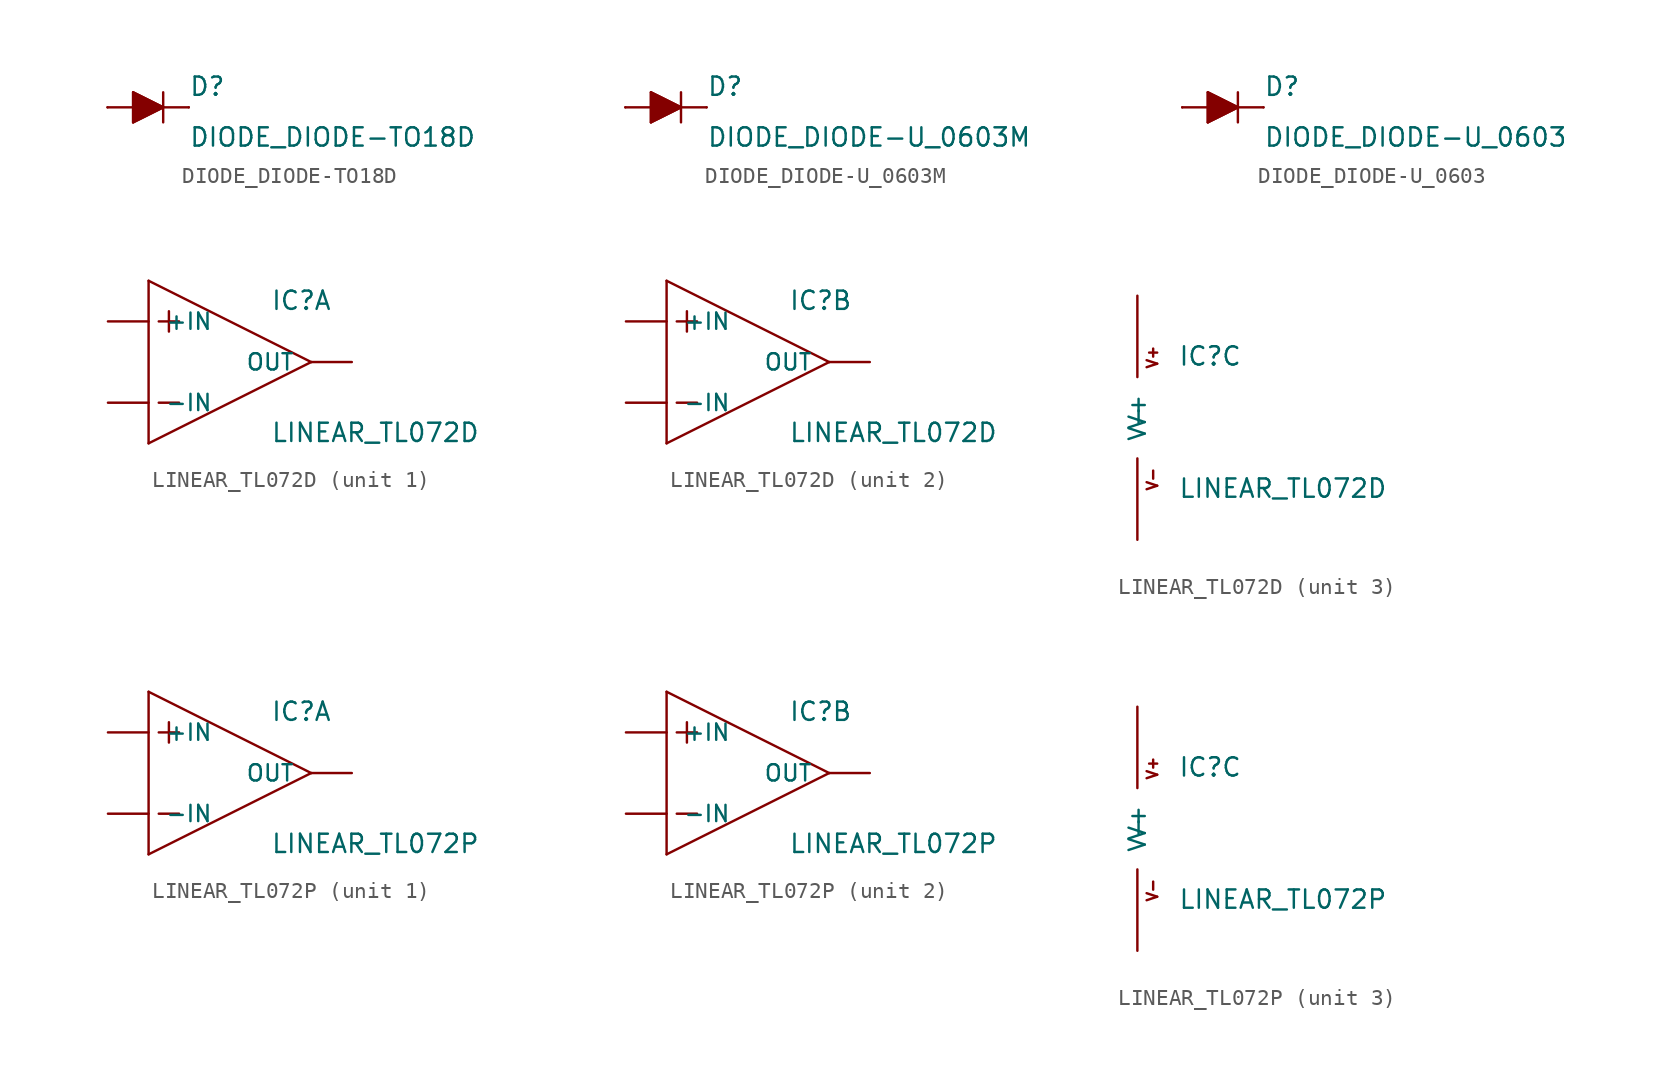
<source format=kicad_sym>
(kicad_symbol_lib
  (version 20210619)
  (generator kicad_symbol_editor)
  (symbol "DIODE_DIODE-TO18D"
    (pin_numbers hide)
    (pin_names
      (offset 1.016) hide)
    (property "Reference" "D"
      (at 2.54 0.635 0)
      (effects (font (size 1.143 1.143)) (justify left bottom)))
    (property "Value" "DIODE_DIODE-TO18D"
      (at 2.54 -2.54 0)
      (effects (font (size 1.143 1.143)) (justify left bottom)))
    (property "ki_locked" ""
      (at 0 0 0)
      (effects (font (size 1.27 1.27))))
    (symbol "DIODE_DIODE-TO18D_1_0"
      (polyline (pts (xy -0.94 -0.94) (xy 0.94 0)) (stroke (width 0)) (fill (type none)))
      (polyline (pts (xy -0.94 0) (xy -2.54 0)) (stroke (width 0)) (fill (type none)))
      (polyline (pts (xy -0.94 0) (xy -0.94 -0.94)) (stroke (width 0)) (fill (type none)))
      (polyline (pts (xy -0.94 0.94) (xy -0.94 0)) (stroke (width 0)) (fill (type none)))
      (polyline (pts (xy 0.94 0) (xy -0.94 0.94)) (stroke (width 0)) (fill (type none)))
      (polyline (pts (xy 0.94 0) (xy 0.94 -0.94)) (stroke (width 0)) (fill (type none)))
      (polyline (pts (xy 0.94 0) (xy 2.54 0)) (stroke (width 0)) (fill (type none)))
      (polyline (pts (xy 0.94 0.94) (xy 0.94 0)) (stroke (width 0)) (fill (type none))))
    (symbol "DIODE_DIODE-TO18D_1_1"
      (polyline (pts (xy -0.94 0.94) (xy 0.94 0) (xy 0.94 0) (xy -0.94 -0.94) (xy -0.94 -0.94) (xy -0.94 0.94)) (stroke (width 0)) (fill (type outline)))
      (pin passive line (at -2.54 0 0) (length 0) (name "A" (effects (font (size 1.016 1.016)))) (number "A" (effects (font (size 1.016 1.016)))))
      (pin passive line (at 2.54 0 180) (length 0) (name "C" (effects (font (size 1.016 1.016)))) (number "C" (effects (font (size 1.016 1.016)))))))
  (symbol "DIODE_DIODE-U_0603M"
    (pin_numbers hide)
    (pin_names
      (offset 1.016) hide)
    (property "Reference" "D"
      (at 2.54 0.635 0)
      (effects (font (size 1.143 1.143)) (justify left bottom)))
    (property "Value" "DIODE_DIODE-U_0603M"
      (at 2.54 -2.54 0)
      (effects (font (size 1.143 1.143)) (justify left bottom)))
    (property "ki_locked" ""
      (at 0 0 0)
      (effects (font (size 1.27 1.27))))
    (symbol "DIODE_DIODE-U_0603M_1_0"
      (polyline (pts (xy -0.94 -0.94) (xy 0.94 0)) (stroke (width 0)) (fill (type none)))
      (polyline (pts (xy -0.94 0) (xy -2.54 0)) (stroke (width 0)) (fill (type none)))
      (polyline (pts (xy -0.94 0) (xy -0.94 -0.94)) (stroke (width 0)) (fill (type none)))
      (polyline (pts (xy -0.94 0.94) (xy -0.94 0)) (stroke (width 0)) (fill (type none)))
      (polyline (pts (xy 0.94 0) (xy -0.94 0.94)) (stroke (width 0)) (fill (type none)))
      (polyline (pts (xy 0.94 0) (xy 0.94 -0.94)) (stroke (width 0)) (fill (type none)))
      (polyline (pts (xy 0.94 0) (xy 2.54 0)) (stroke (width 0)) (fill (type none)))
      (polyline (pts (xy 0.94 0.94) (xy 0.94 0)) (stroke (width 0)) (fill (type none))))
    (symbol "DIODE_DIODE-U_0603M_1_1"
      (polyline (pts (xy -0.94 0.94) (xy 0.94 0) (xy 0.94 0) (xy -0.94 -0.94) (xy -0.94 -0.94) (xy -0.94 0.94)) (stroke (width 0)) (fill (type outline)))
      (pin passive line (at -2.54 0 0) (length 0) (name "A" (effects (font (size 1.016 1.016)))) (number "A" (effects (font (size 1.016 1.016)))))
      (pin passive line (at 2.54 0 180) (length 0) (name "C" (effects (font (size 1.016 1.016)))) (number "C" (effects (font (size 1.016 1.016)))))))
  (symbol "DIODE_DIODE-U_0603"
    (pin_numbers hide)
    (pin_names
      (offset 1.016) hide)
    (property "Reference" "D"
      (at 2.54 0.635 0)
      (effects (font (size 1.143 1.143)) (justify left bottom)))
    (property "Value" "DIODE_DIODE-U_0603"
      (at 2.54 -2.54 0)
      (effects (font (size 1.143 1.143)) (justify left bottom)))
    (property "ki_locked" ""
      (at 0 0 0)
      (effects (font (size 1.27 1.27))))
    (symbol "DIODE_DIODE-U_0603_1_0"
      (polyline (pts (xy -0.94 -0.94) (xy 0.94 0)) (stroke (width 0)) (fill (type none)))
      (polyline (pts (xy -0.94 0) (xy -2.54 0)) (stroke (width 0)) (fill (type none)))
      (polyline (pts (xy -0.94 0) (xy -0.94 -0.94)) (stroke (width 0)) (fill (type none)))
      (polyline (pts (xy -0.94 0.94) (xy -0.94 0)) (stroke (width 0)) (fill (type none)))
      (polyline (pts (xy 0.94 0) (xy -0.94 0.94)) (stroke (width 0)) (fill (type none)))
      (polyline (pts (xy 0.94 0) (xy 0.94 -0.94)) (stroke (width 0)) (fill (type none)))
      (polyline (pts (xy 0.94 0) (xy 2.54 0)) (stroke (width 0)) (fill (type none)))
      (polyline (pts (xy 0.94 0.94) (xy 0.94 0)) (stroke (width 0)) (fill (type none))))
    (symbol "DIODE_DIODE-U_0603_1_1"
      (polyline (pts (xy -0.94 0.94) (xy 0.94 0) (xy 0.94 0) (xy -0.94 -0.94) (xy -0.94 -0.94) (xy -0.94 0.94)) (stroke (width 0)) (fill (type outline)))
      (pin passive line (at -2.54 0 0) (length 0) (name "A" (effects (font (size 1.016 1.016)))) (number "A" (effects (font (size 1.016 1.016)))))
      (pin passive line (at 2.54 0 180) (length 0) (name "C" (effects (font (size 1.016 1.016)))) (number "C" (effects (font (size 1.016 1.016)))))))
  (symbol "LINEAR_TL072D"
    (pin_numbers hide)
    (pin_names
      (offset 1.016))
    (property "Reference" "IC"
      (at 2.54 3.175 0)
      (effects (font (size 1.143 1.143)) (justify left bottom)))
    (property "Value" "LINEAR_TL072D"
      (at 2.54 -5.08 0)
      (effects (font (size 1.143 1.143)) (justify left bottom)))
    (property "ki_locked" ""
      (at 0 0 0)
      (effects (font (size 1.27 1.27))))
    (symbol "LINEAR_TL072D_1_0"
      (polyline (pts (xy -5.08 -5.08) (xy 5.08 0)) (stroke (width 0)) (fill (type none)))
      (polyline (pts (xy -5.08 5.08) (xy -5.08 -5.08)) (stroke (width 0)) (fill (type none)))
      (polyline (pts (xy -4.445 -2.54) (xy -3.175 -2.54)) (stroke (width 0)) (fill (type none)))
      (polyline (pts (xy -4.445 2.54) (xy -3.175 2.54)) (stroke (width 0)) (fill (type none)))
      (polyline (pts (xy -3.81 3.175) (xy -3.81 1.905)) (stroke (width 0)) (fill (type none)))
      (polyline (pts (xy 5.08 0) (xy -5.08 5.08)) (stroke (width 0)) (fill (type none))))
    (symbol "LINEAR_TL072D_1_1"
      (pin output line (at 7.62 0 180) (length 2.54) (name "OUT" (effects (font (size 1.016 1.016)))) (number "1" (effects (font (size 1.016 1.016)))))
      (pin input line (at -7.62 -2.54 0) (length 2.54) (name "-IN" (effects (font (size 1.016 1.016)))) (number "2" (effects (font (size 1.016 1.016)))))
      (pin input line (at -7.62 2.54 0) (length 2.54) (name "+IN" (effects (font (size 1.016 1.016)))) (number "3" (effects (font (size 1.016 1.016))))))
    (symbol "LINEAR_TL072D_2_0"
      (polyline (pts (xy -5.08 -5.08) (xy 5.08 0)) (stroke (width 0)) (fill (type none)))
      (polyline (pts (xy -5.08 5.08) (xy -5.08 -5.08)) (stroke (width 0)) (fill (type none)))
      (polyline (pts (xy -4.445 -2.54) (xy -3.175 -2.54)) (stroke (width 0)) (fill (type none)))
      (polyline (pts (xy -4.445 2.54) (xy -3.175 2.54)) (stroke (width 0)) (fill (type none)))
      (polyline (pts (xy -3.81 3.175) (xy -3.81 1.905)) (stroke (width 0)) (fill (type none)))
      (polyline (pts (xy 5.08 0) (xy -5.08 5.08)) (stroke (width 0)) (fill (type none))))
    (symbol "LINEAR_TL072D_2_1"
      (pin input line (at -7.62 2.54 0) (length 2.54) (name "+IN" (effects (font (size 1.016 1.016)))) (number "5" (effects (font (size 1.016 1.016)))))
      (pin input line (at -7.62 -2.54 0) (length 2.54) (name "-IN" (effects (font (size 1.016 1.016)))) (number "6" (effects (font (size 1.016 1.016)))))
      (pin output line (at 7.62 0 180) (length 2.54) (name "OUT" (effects (font (size 1.016 1.016)))) (number "7" (effects (font (size 1.016 1.016))))))
    (symbol "LINEAR_TL072D_3_0"
      (text "V+" (at 0.94 3.785 900) (effects (font (size 0.66 0.66))))
      (text "V-" (at 0.94 -3.835 900) (effects (font (size 0.66 0.66)))))
    (symbol "LINEAR_TL072D_3_1"
      (pin power_in line (at 0 -7.62 90) (length 5.08) (name "V-" (effects (font (size 1.016 1.016)))) (number "4" (effects (font (size 1.016 1.016)))))
      (pin power_in line (at 0 7.62 270) (length 5.08) (name "V+" (effects (font (size 1.016 1.016)))) (number "8" (effects (font (size 1.016 1.016)))))))
  (symbol "LINEAR_TL072P"
    (pin_numbers hide)
    (pin_names
      (offset 1.016))
    (property "Reference" "IC"
      (at 2.54 3.175 0)
      (effects (font (size 1.143 1.143)) (justify left bottom)))
    (property "Value" "LINEAR_TL072P"
      (at 2.54 -5.08 0)
      (effects (font (size 1.143 1.143)) (justify left bottom)))
    (property "ki_locked" ""
      (at 0 0 0)
      (effects (font (size 1.27 1.27))))
    (symbol "LINEAR_TL072P_1_0"
      (polyline (pts (xy -5.08 -5.08) (xy 5.08 0)) (stroke (width 0)) (fill (type none)))
      (polyline (pts (xy -5.08 5.08) (xy -5.08 -5.08)) (stroke (width 0)) (fill (type none)))
      (polyline (pts (xy -4.445 -2.54) (xy -3.175 -2.54)) (stroke (width 0)) (fill (type none)))
      (polyline (pts (xy -4.445 2.54) (xy -3.175 2.54)) (stroke (width 0)) (fill (type none)))
      (polyline (pts (xy -3.81 3.175) (xy -3.81 1.905)) (stroke (width 0)) (fill (type none)))
      (polyline (pts (xy 5.08 0) (xy -5.08 5.08)) (stroke (width 0)) (fill (type none))))
    (symbol "LINEAR_TL072P_1_1"
      (pin output line (at 7.62 0 180) (length 2.54) (name "OUT" (effects (font (size 1.016 1.016)))) (number "1" (effects (font (size 1.016 1.016)))))
      (pin input line (at -7.62 -2.54 0) (length 2.54) (name "-IN" (effects (font (size 1.016 1.016)))) (number "2" (effects (font (size 1.016 1.016)))))
      (pin input line (at -7.62 2.54 0) (length 2.54) (name "+IN" (effects (font (size 1.016 1.016)))) (number "3" (effects (font (size 1.016 1.016))))))
    (symbol "LINEAR_TL072P_2_0"
      (polyline (pts (xy -5.08 -5.08) (xy 5.08 0)) (stroke (width 0)) (fill (type none)))
      (polyline (pts (xy -5.08 5.08) (xy -5.08 -5.08)) (stroke (width 0)) (fill (type none)))
      (polyline (pts (xy -4.445 -2.54) (xy -3.175 -2.54)) (stroke (width 0)) (fill (type none)))
      (polyline (pts (xy -4.445 2.54) (xy -3.175 2.54)) (stroke (width 0)) (fill (type none)))
      (polyline (pts (xy -3.81 3.175) (xy -3.81 1.905)) (stroke (width 0)) (fill (type none)))
      (polyline (pts (xy 5.08 0) (xy -5.08 5.08)) (stroke (width 0)) (fill (type none))))
    (symbol "LINEAR_TL072P_2_1"
      (pin input line (at -7.62 2.54 0) (length 2.54) (name "+IN" (effects (font (size 1.016 1.016)))) (number "5" (effects (font (size 1.016 1.016)))))
      (pin input line (at -7.62 -2.54 0) (length 2.54) (name "-IN" (effects (font (size 1.016 1.016)))) (number "6" (effects (font (size 1.016 1.016)))))
      (pin output line (at 7.62 0 180) (length 2.54) (name "OUT" (effects (font (size 1.016 1.016)))) (number "7" (effects (font (size 1.016 1.016))))))
    (symbol "LINEAR_TL072P_3_0"
      (text "V+" (at 0.94 3.785 900) (effects (font (size 0.66 0.66))))
      (text "V-" (at 0.94 -3.835 900) (effects (font (size 0.66 0.66)))))
    (symbol "LINEAR_TL072P_3_1"
      (pin power_in line (at 0 -7.62 90) (length 5.08) (name "V-" (effects (font (size 1.016 1.016)))) (number "4" (effects (font (size 1.016 1.016)))))
      (pin power_in line (at 0 7.62 270) (length 5.08) (name "V+" (effects (font (size 1.016 1.016)))) (number "8" (effects (font (size 1.016 1.016))))))))
</source>
